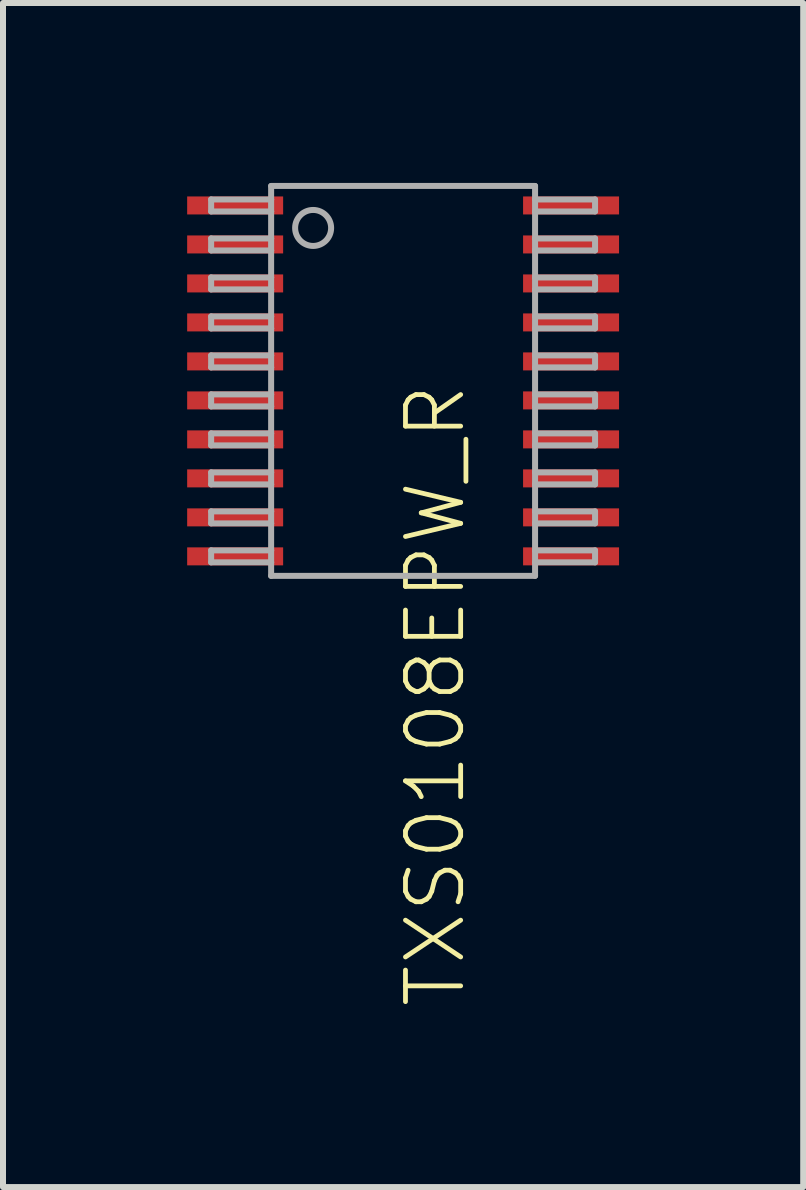
<source format=kicad_pcb>
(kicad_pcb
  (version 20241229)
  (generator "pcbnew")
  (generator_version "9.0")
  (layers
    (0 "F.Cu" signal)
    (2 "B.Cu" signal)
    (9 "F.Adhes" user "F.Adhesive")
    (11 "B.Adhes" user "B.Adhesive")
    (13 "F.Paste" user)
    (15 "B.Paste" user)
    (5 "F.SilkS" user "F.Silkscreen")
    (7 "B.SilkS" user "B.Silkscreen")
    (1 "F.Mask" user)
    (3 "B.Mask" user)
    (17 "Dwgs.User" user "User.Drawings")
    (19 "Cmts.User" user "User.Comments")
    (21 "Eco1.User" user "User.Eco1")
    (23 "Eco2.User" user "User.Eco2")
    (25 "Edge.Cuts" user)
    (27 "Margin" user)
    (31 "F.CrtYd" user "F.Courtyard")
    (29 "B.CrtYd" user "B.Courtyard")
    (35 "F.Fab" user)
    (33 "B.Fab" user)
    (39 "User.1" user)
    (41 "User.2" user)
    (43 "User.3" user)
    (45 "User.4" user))
  (footprint "TXS0108EPW_R"
    (layer "F.Cu")
    (at 3.67 3.3)
    (property "Reference" "TXS0108EPW_R" (at 0 0 90) (unlocked yes) (layer "F.SilkS") (effects (font (size 0.92 0.92) (thickness 0.08)) (justify right top)))
    (fp_poly (pts (xy -3.67 -3.145) (xy -3.67 -2.705) (xy -1.93 -2.705) (xy -1.93 -3.145)) (stroke (width 0) (type default)) (fill yes) (layer "F.Mask"))
    (fp_poly (pts (xy -3.67 -2.495) (xy -3.67 -2.055) (xy -1.93 -2.055) (xy -1.93 -2.495)) (stroke (width 0) (type default)) (fill yes) (layer "F.Mask"))
    (fp_poly (pts (xy -3.67 -1.845) (xy -3.67 -1.405) (xy -1.93 -1.405) (xy -1.93 -1.845)) (stroke (width 0) (type default)) (fill yes) (layer "F.Mask"))
    (fp_poly (pts (xy -3.67 -1.195) (xy -3.67 -0.755) (xy -1.93 -0.755) (xy -1.93 -1.195)) (stroke (width 0) (type default)) (fill yes) (layer "F.Mask"))
    (fp_poly (pts (xy -3.67 -0.545) (xy -3.67 -0.105) (xy -1.93 -0.105) (xy -1.93 -0.545)) (stroke (width 0) (type default)) (fill yes) (layer "F.Mask"))
    (fp_poly (pts (xy -3.67 0.105) (xy -3.67 0.545) (xy -1.93 0.545) (xy -1.93 0.105)) (stroke (width 0) (type default)) (fill yes) (layer "F.Mask"))
    (fp_poly (pts (xy -3.67 0.755) (xy -3.67 1.195) (xy -1.93 1.195) (xy -1.93 0.755)) (stroke (width 0) (type default)) (fill yes) (layer "F.Mask"))
    (fp_poly (pts (xy -3.67 1.405) (xy -3.67 1.845) (xy -1.93 1.845) (xy -1.93 1.405)) (stroke (width 0) (type default)) (fill yes) (layer "F.Mask"))
    (fp_poly (pts (xy -3.67 2.055) (xy -3.67 2.495) (xy -1.93 2.495) (xy -1.93 2.055)) (stroke (width 0) (type default)) (fill yes) (layer "F.Mask"))
    (fp_poly (pts (xy -3.67 2.705) (xy -3.67 3.145) (xy -1.93 3.145) (xy -1.93 2.705)) (stroke (width 0) (type default)) (fill yes) (layer "F.Mask"))
    (fp_poly (pts (xy 1.93 -3.145) (xy 1.93 -2.705) (xy 3.67 -2.705) (xy 3.67 -3.145)) (stroke (width 0) (type default)) (fill yes) (layer "F.Mask"))
    (fp_poly (pts (xy 1.93 -2.495) (xy 1.93 -2.055) (xy 3.67 -2.055) (xy 3.67 -2.495)) (stroke (width 0) (type default)) (fill yes) (layer "F.Mask"))
    (fp_poly (pts (xy 1.93 -1.845) (xy 1.93 -1.405) (xy 3.67 -1.405) (xy 3.67 -1.845)) (stroke (width 0) (type default)) (fill yes) (layer "F.Mask"))
    (fp_poly (pts (xy 1.93 -1.195) (xy 1.93 -0.755) (xy 3.67 -0.755) (xy 3.67 -1.195)) (stroke (width 0) (type default)) (fill yes) (layer "F.Mask"))
    (fp_poly (pts (xy 1.93 -0.545) (xy 1.93 -0.105) (xy 3.67 -0.105) (xy 3.67 -0.545)) (stroke (width 0) (type default)) (fill yes) (layer "F.Mask"))
    (fp_poly (pts (xy 1.93 0.105) (xy 1.93 0.545) (xy 3.67 0.545) (xy 3.67 0.105)) (stroke (width 0) (type default)) (fill yes) (layer "F.Mask"))
    (fp_poly (pts (xy 1.93 0.755) (xy 1.93 1.195) (xy 3.67 1.195) (xy 3.67 0.755)) (stroke (width 0) (type default)) (fill yes) (layer "F.Mask"))
    (fp_poly (pts (xy 1.93 1.405) (xy 1.93 1.845) (xy 3.67 1.845) (xy 3.67 1.405)) (stroke (width 0) (type default)) (fill yes) (layer "F.Mask"))
    (fp_poly (pts (xy 1.93 2.055) (xy 1.93 2.495) (xy 3.67 2.495) (xy 3.67 2.055)) (stroke (width 0) (type default)) (fill yes) (layer "F.Mask"))
    (fp_poly (pts (xy 1.93 2.705) (xy 1.93 3.145) (xy 3.67 3.145) (xy 3.67 2.705)) (stroke (width 0) (type default)) (fill yes) (layer "F.Mask"))
    (fp_poly (pts (xy -3.575 -3.05) (xy -3.575 -2.8) (xy -2.025 -2.8) (xy -2.025 -3.05)) (stroke (width 0) (type default)) (fill yes) (layer "F.Paste"))
    (fp_poly (pts (xy -3.575 -2.4) (xy -3.575 -2.15) (xy -2.025 -2.15) (xy -2.025 -2.4)) (stroke (width 0) (type default)) (fill yes) (layer "F.Paste"))
    (fp_poly (pts (xy -3.575 -1.75) (xy -3.575 -1.5) (xy -2.025 -1.5) (xy -2.025 -1.75)) (stroke (width 0) (type default)) (fill yes) (layer "F.Paste"))
    (fp_poly (pts (xy -3.575 -1.1) (xy -3.575 -0.85) (xy -2.025 -0.85) (xy -2.025 -1.1)) (stroke (width 0) (type default)) (fill yes) (layer "F.Paste"))
    (fp_poly (pts (xy -3.575 -0.45) (xy -3.575 -0.2) (xy -2.025 -0.2) (xy -2.025 -0.45)) (stroke (width 0) (type default)) (fill yes) (layer "F.Paste"))
    (fp_poly (pts (xy -3.575 0.2) (xy -3.575 0.45) (xy -2.025 0.45) (xy -2.025 0.2)) (stroke (width 0) (type default)) (fill yes) (layer "F.Paste"))
    (fp_poly (pts (xy -3.575 0.85) (xy -3.575 1.1) (xy -2.025 1.1) (xy -2.025 0.85)) (stroke (width 0) (type default)) (fill yes) (layer "F.Paste"))
    (fp_poly (pts (xy -3.575 1.5) (xy -3.575 1.75) (xy -2.025 1.75) (xy -2.025 1.5)) (stroke (width 0) (type default)) (fill yes) (layer "F.Paste"))
    (fp_poly (pts (xy -3.575 2.15) (xy -3.575 2.4) (xy -2.025 2.4) (xy -2.025 2.15)) (stroke (width 0) (type default)) (fill yes) (layer "F.Paste"))
    (fp_poly (pts (xy -3.575 2.8) (xy -3.575 3.05) (xy -2.025 3.05) (xy -2.025 2.8)) (stroke (width 0) (type default)) (fill yes) (layer "F.Paste"))
    (fp_poly (pts (xy 2.025 -3.05) (xy 2.025 -2.8) (xy 3.575 -2.8) (xy 3.575 -3.05)) (stroke (width 0) (type default)) (fill yes) (layer "F.Paste"))
    (fp_poly (pts (xy 2.025 -2.4) (xy 2.025 -2.15) (xy 3.575 -2.15) (xy 3.575 -2.4)) (stroke (width 0) (type default)) (fill yes) (layer "F.Paste"))
    (fp_poly (pts (xy 2.025 -1.75) (xy 2.025 -1.5) (xy 3.575 -1.5) (xy 3.575 -1.75)) (stroke (width 0) (type default)) (fill yes) (layer "F.Paste"))
    (fp_poly (pts (xy 2.025 -1.1) (xy 2.025 -0.85) (xy 3.575 -0.85) (xy 3.575 -1.1)) (stroke (width 0) (type default)) (fill yes) (layer "F.Paste"))
    (fp_poly (pts (xy 2.025 -0.45) (xy 2.025 -0.2) (xy 3.575 -0.2) (xy 3.575 -0.45)) (stroke (width 0) (type default)) (fill yes) (layer "F.Paste"))
    (fp_poly (pts (xy 2.025 0.2) (xy 2.025 0.45) (xy 3.575 0.45) (xy 3.575 0.2)) (stroke (width 0) (type default)) (fill yes) (layer "F.Paste"))
    (fp_poly (pts (xy 2.025 0.85) (xy 2.025 1.1) (xy 3.575 1.1) (xy 3.575 0.85)) (stroke (width 0) (type default)) (fill yes) (layer "F.Paste"))
    (fp_poly (pts (xy 2.025 1.5) (xy 2.025 1.75) (xy 3.575 1.75) (xy 3.575 1.5)) (stroke (width 0) (type default)) (fill yes) (layer "F.Paste"))
    (fp_poly (pts (xy 2.025 2.15) (xy 2.025 2.4) (xy 3.575 2.4) (xy 3.575 2.15)) (stroke (width 0) (type default)) (fill yes) (layer "F.Paste"))
    (fp_poly (pts (xy 2.025 2.8) (xy 2.025 3.05) (xy 3.575 3.05) (xy 3.575 2.8)) (stroke (width 0) (type default)) (fill yes) (layer "F.Paste"))
    (fp_line (start -3.2 -3.025) (end -3.2 -2.825) (stroke (width 0.1) (type solid)) (layer "F.Fab"))
    (fp_line (start -3.2 -3.025) (end -2.2 -3.025) (stroke (width 0.1) (type solid)) (layer "F.Fab"))
    (fp_line (start -3.2 -2.825) (end -2.2 -2.825) (stroke (width 0.1) (type solid)) (layer "F.Fab"))
    (fp_line (start -3.2 -2.375) (end -3.2 -2.175) (stroke (width 0.1) (type solid)) (layer "F.Fab"))
    (fp_line (start -3.2 -2.375) (end -2.2 -2.375) (stroke (width 0.1) (type solid)) (layer "F.Fab"))
    (fp_line (start -3.2 -2.175) (end -2.2 -2.175) (stroke (width 0.1) (type solid)) (layer "F.Fab"))
    (fp_line (start -3.2 -1.725) (end -3.2 -1.525) (stroke (width 0.1) (type solid)) (layer "F.Fab"))
    (fp_line (start -3.2 -1.725) (end -2.2 -1.725) (stroke (width 0.1) (type solid)) (layer "F.Fab"))
    (fp_line (start -3.2 -1.525) (end -2.2 -1.525) (stroke (width 0.1) (type solid)) (layer "F.Fab"))
    (fp_line (start -3.2 -1.075) (end -3.2 -0.875) (stroke (width 0.1) (type solid)) (layer "F.Fab"))
    (fp_line (start -3.2 -1.075) (end -2.2 -1.075) (stroke (width 0.1) (type solid)) (layer "F.Fab"))
    (fp_line (start -3.2 -0.875) (end -2.2 -0.875) (stroke (width 0.1) (type solid)) (layer "F.Fab"))
    (fp_line (start -3.2 -0.425) (end -3.2 -0.225) (stroke (width 0.1) (type solid)) (layer "F.Fab"))
    (fp_line (start -3.2 -0.425) (end -2.2 -0.425) (stroke (width 0.1) (type solid)) (layer "F.Fab"))
    (fp_line (start -3.2 -0.225) (end -2.2 -0.225) (stroke (width 0.1) (type solid)) (layer "F.Fab"))
    (fp_line (start -3.2 0.225) (end -3.2 0.425) (stroke (width 0.1) (type solid)) (layer "F.Fab"))
    (fp_line (start -3.2 0.225) (end -2.2 0.225) (stroke (width 0.1) (type solid)) (layer "F.Fab"))
    (fp_line (start -3.2 0.425) (end -2.2 0.425) (stroke (width 0.1) (type solid)) (layer "F.Fab"))
    (fp_line (start -3.2 0.875) (end -3.2 1.075) (stroke (width 0.1) (type solid)) (layer "F.Fab"))
    (fp_line (start -3.2 0.875) (end -2.2 0.875) (stroke (width 0.1) (type solid)) (layer "F.Fab"))
    (fp_line (start -3.2 1.075) (end -2.2 1.075) (stroke (width 0.1) (type solid)) (layer "F.Fab"))
    (fp_line (start -3.2 1.525) (end -3.2 1.725) (stroke (width 0.1) (type solid)) (layer "F.Fab"))
    (fp_line (start -3.2 1.525) (end -2.2 1.525) (stroke (width 0.1) (type solid)) (layer "F.Fab"))
    (fp_line (start -3.2 1.725) (end -2.2 1.725) (stroke (width 0.1) (type solid)) (layer "F.Fab"))
    (fp_line (start -3.2 2.175) (end -3.2 2.375) (stroke (width 0.1) (type solid)) (layer "F.Fab"))
    (fp_line (start -3.2 2.175) (end -2.2 2.175) (stroke (width 0.1) (type solid)) (layer "F.Fab"))
    (fp_line (start -3.2 2.375) (end -2.2 2.375) (stroke (width 0.1) (type solid)) (layer "F.Fab"))
    (fp_line (start -3.2 2.825) (end -3.2 3.025) (stroke (width 0.1) (type solid)) (layer "F.Fab"))
    (fp_line (start -3.2 2.825) (end -2.2 2.825) (stroke (width 0.1) (type solid)) (layer "F.Fab"))
    (fp_line (start -3.2 3.025) (end -2.2 3.025) (stroke (width 0.1) (type solid)) (layer "F.Fab"))
    (fp_line (start -2.2 -3.25) (end -2.2 -3.025) (stroke (width 0.1) (type solid)) (layer "F.Fab"))
    (fp_line (start -2.2 -3.025) (end -2.2 -2.825) (stroke (width 0.1) (type solid)) (layer "F.Fab"))
    (fp_line (start -2.2 -2.825) (end -2.2 -2.375) (stroke (width 0.1) (type solid)) (layer "F.Fab"))
    (fp_line (start -2.2 -2.375) (end -2.2 -2.175) (stroke (width 0.1) (type solid)) (layer "F.Fab"))
    (fp_line (start -2.2 -2.175) (end -2.2 -1.725) (stroke (width 0.1) (type solid)) (layer "F.Fab"))
    (fp_line (start -2.2 -1.725) (end -2.2 -1.525) (stroke (width 0.1) (type solid)) (layer "F.Fab"))
    (fp_line (start -2.2 -1.525) (end -2.2 -1.075) (stroke (width 0.1) (type solid)) (layer "F.Fab"))
    (fp_line (start -2.2 -1.075) (end -2.2 -0.875) (stroke (width 0.1) (type solid)) (layer "F.Fab"))
    (fp_line (start -2.2 -0.875) (end -2.2 -0.425) (stroke (width 0.1) (type solid)) (layer "F.Fab"))
    (fp_line (start -2.2 -0.425) (end -2.2 -0.225) (stroke (width 0.1) (type solid)) (layer "F.Fab"))
    (fp_line (start -2.2 -0.225) (end -2.2 0.225) (stroke (width 0.1) (type solid)) (layer "F.Fab"))
    (fp_line (start -2.2 0.225) (end -2.2 0.425) (stroke (width 0.1) (type solid)) (layer "F.Fab"))
    (fp_line (start -2.2 0.425) (end -2.2 0.875) (stroke (width 0.1) (type solid)) (layer "F.Fab"))
    (fp_line (start -2.2 0.875) (end -2.2 1.075) (stroke (width 0.1) (type solid)) (layer "F.Fab"))
    (fp_line (start -2.2 1.075) (end -2.2 1.525) (stroke (width 0.1) (type solid)) (layer "F.Fab"))
    (fp_line (start -2.2 1.525) (end -2.2 1.725) (stroke (width 0.1) (type solid)) (layer "F.Fab"))
    (fp_line (start -2.2 1.725) (end -2.2 2.175) (stroke (width 0.1) (type solid)) (layer "F.Fab"))
    (fp_line (start -2.2 2.175) (end -2.2 2.375) (stroke (width 0.1) (type solid)) (layer "F.Fab"))
    (fp_line (start -2.2 2.375) (end -2.2 2.825) (stroke (width 0.1) (type solid)) (layer "F.Fab"))
    (fp_line (start -2.2 2.825) (end -2.2 3.025) (stroke (width 0.1) (type solid)) (layer "F.Fab"))
    (fp_line (start -2.2 3.025) (end -2.2 3.25) (stroke (width 0.1) (type solid)) (layer "F.Fab"))
    (fp_line (start -2.2 3.25) (end 2.2 3.25) (stroke (width 0.1) (type solid)) (layer "F.Fab"))
    (fp_line (start 2.2 -3.25) (end -2.2 -3.25) (stroke (width 0.1) (type solid)) (layer "F.Fab"))
    (fp_line (start 2.2 -3.025) (end 2.2 -3.25) (stroke (width 0.1) (type solid)) (layer "F.Fab"))
    (fp_line (start 2.2 -2.825) (end 2.2 -3.025) (stroke (width 0.1) (type solid)) (layer "F.Fab"))
    (fp_line (start 2.2 -2.375) (end 2.2 -2.825) (stroke (width 0.1) (type solid)) (layer "F.Fab"))
    (fp_line (start 2.2 -2.175) (end 2.2 -2.375) (stroke (width 0.1) (type solid)) (layer "F.Fab"))
    (fp_line (start 2.2 -1.725) (end 2.2 -2.175) (stroke (width 0.1) (type solid)) (layer "F.Fab"))
    (fp_line (start 2.2 -1.525) (end 2.2 -1.725) (stroke (width 0.1) (type solid)) (layer "F.Fab"))
    (fp_line (start 2.2 -1.075) (end 2.2 -1.525) (stroke (width 0.1) (type solid)) (layer "F.Fab"))
    (fp_line (start 2.2 -0.875) (end 2.2 -1.075) (stroke (width 0.1) (type solid)) (layer "F.Fab"))
    (fp_line (start 2.2 -0.425) (end 2.2 -0.875) (stroke (width 0.1) (type solid)) (layer "F.Fab"))
    (fp_line (start 2.2 -0.225) (end 2.2 -0.425) (stroke (width 0.1) (type solid)) (layer "F.Fab"))
    (fp_line (start 2.2 0.225) (end 2.2 -0.225) (stroke (width 0.1) (type solid)) (layer "F.Fab"))
    (fp_line (start 2.2 0.425) (end 2.2 0.225) (stroke (width 0.1) (type solid)) (layer "F.Fab"))
    (fp_line (start 2.2 0.875) (end 2.2 0.425) (stroke (width 0.1) (type solid)) (layer "F.Fab"))
    (fp_line (start 2.2 1.075) (end 2.2 0.875) (stroke (width 0.1) (type solid)) (layer "F.Fab"))
    (fp_line (start 2.2 1.525) (end 2.2 1.075) (stroke (width 0.1) (type solid)) (layer "F.Fab"))
    (fp_line (start 2.2 1.725) (end 2.2 1.525) (stroke (width 0.1) (type solid)) (layer "F.Fab"))
    (fp_line (start 2.2 2.175) (end 2.2 1.725) (stroke (width 0.1) (type solid)) (layer "F.Fab"))
    (fp_line (start 2.2 2.375) (end 2.2 2.175) (stroke (width 0.1) (type solid)) (layer "F.Fab"))
    (fp_line (start 2.2 2.825) (end 2.2 2.375) (stroke (width 0.1) (type solid)) (layer "F.Fab"))
    (fp_line (start 2.2 3.025) (end 2.2 2.825) (stroke (width 0.1) (type solid)) (layer "F.Fab"))
    (fp_line (start 2.2 3.25) (end 2.2 3.025) (stroke (width 0.1) (type solid)) (layer "F.Fab"))
    (fp_line (start 3.2 -3.025) (end 2.2 -3.025) (stroke (width 0.1) (type solid)) (layer "F.Fab"))
    (fp_line (start 3.2 -2.825) (end 2.2 -2.825) (stroke (width 0.1) (type solid)) (layer "F.Fab"))
    (fp_line (start 3.2 -2.825) (end 3.2 -3.025) (stroke (width 0.1) (type solid)) (layer "F.Fab"))
    (fp_line (start 3.2 -2.375) (end 2.2 -2.375) (stroke (width 0.1) (type solid)) (layer "F.Fab"))
    (fp_line (start 3.2 -2.175) (end 2.2 -2.175) (stroke (width 0.1) (type solid)) (layer "F.Fab"))
    (fp_line (start 3.2 -2.175) (end 3.2 -2.375) (stroke (width 0.1) (type solid)) (layer "F.Fab"))
    (fp_line (start 3.2 -1.725) (end 2.2 -1.725) (stroke (width 0.1) (type solid)) (layer "F.Fab"))
    (fp_line (start 3.2 -1.525) (end 2.2 -1.525) (stroke (width 0.1) (type solid)) (layer "F.Fab"))
    (fp_line (start 3.2 -1.525) (end 3.2 -1.725) (stroke (width 0.1) (type solid)) (layer "F.Fab"))
    (fp_line (start 3.2 -1.075) (end 2.2 -1.075) (stroke (width 0.1) (type solid)) (layer "F.Fab"))
    (fp_line (start 3.2 -0.875) (end 2.2 -0.875) (stroke (width 0.1) (type solid)) (layer "F.Fab"))
    (fp_line (start 3.2 -0.875) (end 3.2 -1.075) (stroke (width 0.1) (type solid)) (layer "F.Fab"))
    (fp_line (start 3.2 -0.425) (end 2.2 -0.425) (stroke (width 0.1) (type solid)) (layer "F.Fab"))
    (fp_line (start 3.2 -0.225) (end 2.2 -0.225) (stroke (width 0.1) (type solid)) (layer "F.Fab"))
    (fp_line (start 3.2 -0.225) (end 3.2 -0.425) (stroke (width 0.1) (type solid)) (layer "F.Fab"))
    (fp_line (start 3.2 0.225) (end 2.2 0.225) (stroke (width 0.1) (type solid)) (layer "F.Fab"))
    (fp_line (start 3.2 0.425) (end 2.2 0.425) (stroke (width 0.1) (type solid)) (layer "F.Fab"))
    (fp_line (start 3.2 0.425) (end 3.2 0.225) (stroke (width 0.1) (type solid)) (layer "F.Fab"))
    (fp_line (start 3.2 0.875) (end 2.2 0.875) (stroke (width 0.1) (type solid)) (layer "F.Fab"))
    (fp_line (start 3.2 1.075) (end 2.2 1.075) (stroke (width 0.1) (type solid)) (layer "F.Fab"))
    (fp_line (start 3.2 1.075) (end 3.2 0.875) (stroke (width 0.1) (type solid)) (layer "F.Fab"))
    (fp_line (start 3.2 1.525) (end 2.2 1.525) (stroke (width 0.1) (type solid)) (layer "F.Fab"))
    (fp_line (start 3.2 1.725) (end 2.2 1.725) (stroke (width 0.1) (type solid)) (layer "F.Fab"))
    (fp_line (start 3.2 1.725) (end 3.2 1.525) (stroke (width 0.1) (type solid)) (layer "F.Fab"))
    (fp_line (start 3.2 2.175) (end 2.2 2.175) (stroke (width 0.1) (type solid)) (layer "F.Fab"))
    (fp_line (start 3.2 2.375) (end 2.2 2.375) (stroke (width 0.1) (type solid)) (layer "F.Fab"))
    (fp_line (start 3.2 2.375) (end 3.2 2.175) (stroke (width 0.1) (type solid)) (layer "F.Fab"))
    (fp_line (start 3.2 2.825) (end 2.2 2.825) (stroke (width 0.1) (type solid)) (layer "F.Fab"))
    (fp_line (start 3.2 3.025) (end 2.2 3.025) (stroke (width 0.1) (type solid)) (layer "F.Fab"))
    (fp_line (start 3.2 3.025) (end 3.2 2.825) (stroke (width 0.1) (type solid)) (layer "F.Fab"))
    (fp_circle (center -1.5 -2.55) (end -1.2 -2.55) (stroke (width 0.1) (type solid)) (fill no) (layer "F.Fab"))
    (pad "1" smd rect (at -2.8 -2.925) (size 1.6 0.3) (layers "F.Cu"))
    (pad "2" smd rect (at -2.8 -2.275) (size 1.6 0.3) (layers "F.Cu"))
    (pad "3" smd rect (at -2.8 -1.625) (size 1.6 0.3) (layers "F.Cu"))
    (pad "4" smd rect (at -2.8 -0.975) (size 1.6 0.3) (layers "F.Cu"))
    (pad "5" smd rect (at -2.8 -0.325) (size 1.6 0.3) (layers "F.Cu"))
    (pad "6" smd rect (at -2.8 0.325) (size 1.6 0.3) (layers "F.Cu"))
    (pad "7" smd rect (at -2.8 0.975) (size 1.6 0.3) (layers "F.Cu"))
    (pad "8" smd rect (at -2.8 1.625) (size 1.6 0.3) (layers "F.Cu"))
    (pad "9" smd rect (at -2.8 2.275) (size 1.6 0.3) (layers "F.Cu"))
    (pad "10" smd rect (at -2.8 2.925) (size 1.6 0.3) (layers "F.Cu"))
    (pad "11" smd rect (at 2.8 2.925) (size 1.6 0.3) (layers "F.Cu"))
    (pad "12" smd rect (at 2.8 2.275) (size 1.6 0.3) (layers "F.Cu"))
    (pad "13" smd rect (at 2.8 1.625) (size 1.6 0.3) (layers "F.Cu"))
    (pad "14" smd rect (at 2.8 0.975) (size 1.6 0.3) (layers "F.Cu"))
    (pad "15" smd rect (at 2.8 0.325) (size 1.6 0.3) (layers "F.Cu"))
    (pad "16" smd rect (at 2.8 -0.325) (size 1.6 0.3) (layers "F.Cu"))
    (pad "17" smd rect (at 2.8 -0.975) (size 1.6 0.3) (layers "F.Cu"))
    (pad "18" smd rect (at 2.8 -1.625) (size 1.6 0.3) (layers "F.Cu"))
    (pad "19" smd rect (at 2.8 -2.275) (size 1.6 0.3) (layers "F.Cu"))
    (pad "20" smd rect (at 2.8 -2.925) (size 1.6 0.3) (layers "F.Cu")))
  (gr_rect
    (start -3 -3)
    (end 10.34 16.739)
    (stroke (width 0.1) (type default))
    (fill no)
    (layer "Edge.Cuts")))
</source>
